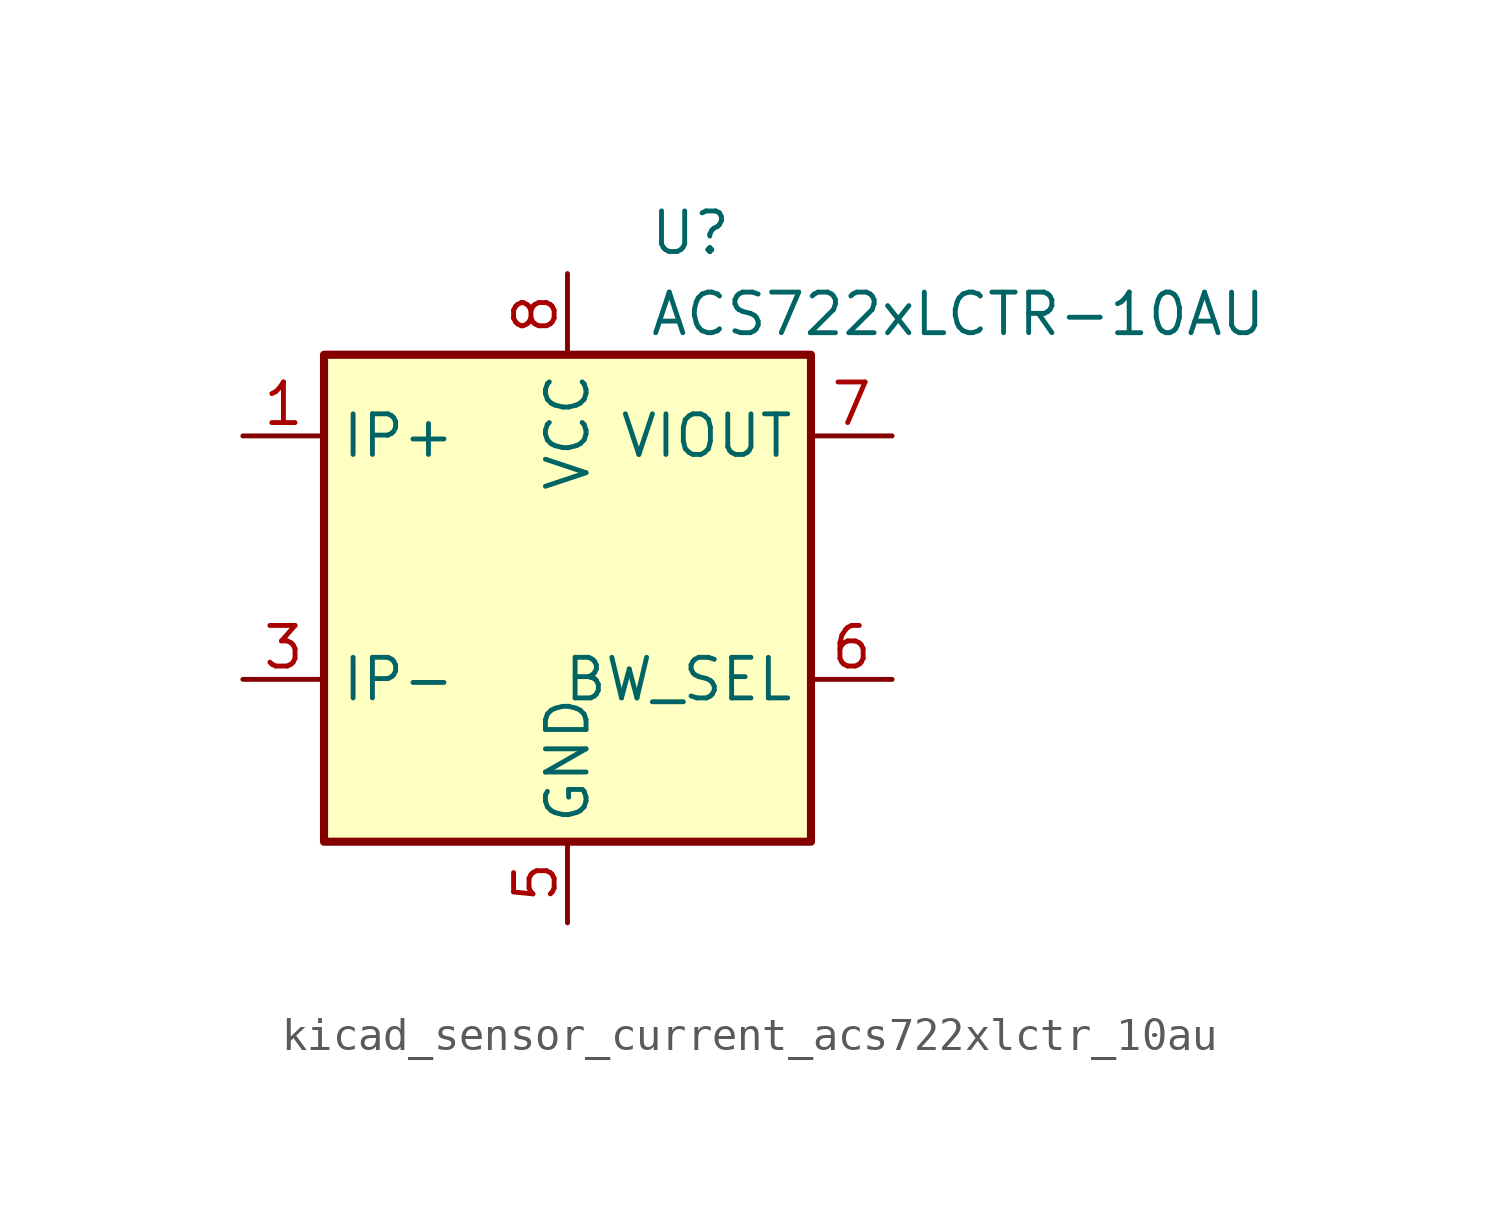
<source format=kicad_sym>
(kicad_symbol_lib
  (version 20220914)
  (generator kicad_symbol_editor)
  (symbol "kicad_sensor_current_acs722xlctr_10au"
    (property "Reference" "U"
      (at 2.54 11.43 0)
      (effects (font (size 1.27 1.27)) (justify left)))
    (property "Value" "ACS722xLCTR-10AU"
      (at 2.54 8.89 0)
      (effects (font (size 1.27 1.27)) (justify left)))
    (symbol "kicad_sensor_current_acs722xlctr_10au_0_1"
      (rectangle (start -7.62 7.62) (end 7.62 -7.62) (stroke (width 0.254) (type default)) (fill (type background))))
    (symbol "kicad_sensor_current_acs722xlctr_10au_1_1"
      (pin passive line (at -10.16 5.08 0) (length 2.54) (name "IP+" (effects (font (size 1.27 1.27)))) (number "1" (effects (font (size 1.27 1.27)))))
      (pin passive line (at -10.16 5.08 0) (length 2.54) hide (name "IP+" (effects (font (size 1.27 1.27)))) (number "2" (effects (font (size 1.27 1.27)))))
      (pin passive line (at -10.16 -2.54 0) (length 2.54) (name "IP-" (effects (font (size 1.27 1.27)))) (number "3" (effects (font (size 1.27 1.27)))))
      (pin passive line (at -10.16 -2.54 0) (length 2.54) hide (name "IP-" (effects (font (size 1.27 1.27)))) (number "4" (effects (font (size 1.27 1.27)))))
      (pin power_in line (at 0 -10.16 90) (length 2.54) (name "GND" (effects (font (size 1.27 1.27)))) (number "5" (effects (font (size 1.27 1.27)))))
      (pin input line (at 10.16 -2.54 180) (length 2.54) (name "BW_SEL" (effects (font (size 1.27 1.27)))) (number "6" (effects (font (size 1.27 1.27)))))
      (pin output line (at 10.16 5.08 180) (length 2.54) (name "VIOUT" (effects (font (size 1.27 1.27)))) (number "7" (effects (font (size 1.27 1.27)))))
      (pin power_in line (at 0 10.16 270) (length 2.54) (name "VCC" (effects (font (size 1.27 1.27)))) (number "8" (effects (font (size 1.27 1.27))))))))
</source>
